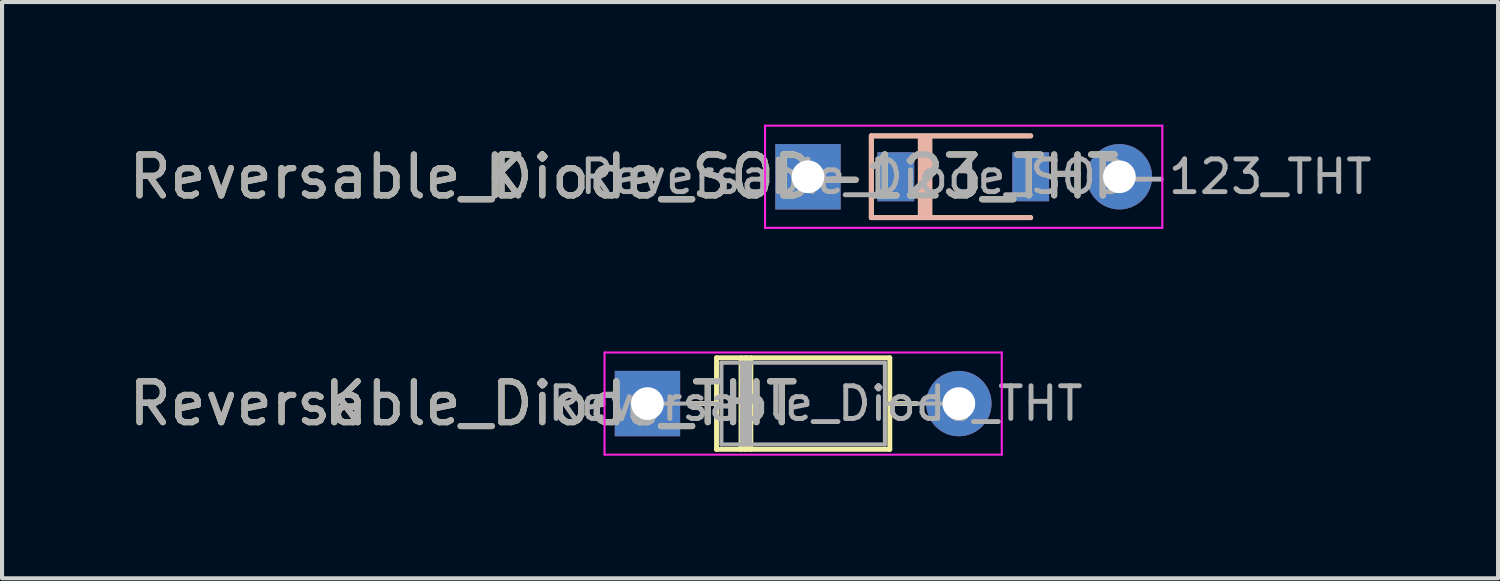
<source format=kicad_pcb>
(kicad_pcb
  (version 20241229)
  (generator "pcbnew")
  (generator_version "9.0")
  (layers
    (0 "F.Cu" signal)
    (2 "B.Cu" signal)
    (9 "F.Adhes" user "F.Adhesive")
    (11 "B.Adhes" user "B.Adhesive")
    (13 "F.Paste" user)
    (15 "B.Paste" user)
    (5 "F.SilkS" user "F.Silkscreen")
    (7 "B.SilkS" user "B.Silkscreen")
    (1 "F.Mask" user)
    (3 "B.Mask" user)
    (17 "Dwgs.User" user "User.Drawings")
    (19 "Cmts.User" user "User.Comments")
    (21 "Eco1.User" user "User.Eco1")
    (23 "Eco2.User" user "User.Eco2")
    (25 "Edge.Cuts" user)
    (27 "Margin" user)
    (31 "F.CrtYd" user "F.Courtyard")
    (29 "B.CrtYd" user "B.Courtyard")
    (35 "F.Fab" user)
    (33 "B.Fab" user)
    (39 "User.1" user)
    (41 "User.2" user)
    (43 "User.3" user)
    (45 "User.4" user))
  (footprint "Reversable_Diode_THT"
    (layer "F.Cu")
    (at 16.592 6.825)
    (property "Reference" "Reversable_Diode_THT" (at -8.3 0 0) (unlocked yes) (layer "F.SilkS") (effects (font (size 1 1) (thickness 0.15))))
    (fp_line (start -2.76 0) (end -2.11 0) (stroke (width 0.12) (type solid)) (layer "F.SilkS"))
    (fp_line (start -2.11 -1.12) (end -2.11 1.12) (stroke (width 0.12) (type solid)) (layer "F.SilkS"))
    (fp_line (start -2.11 1.12) (end 2.13 1.12) (stroke (width 0.12) (type solid)) (layer "F.SilkS"))
    (fp_line (start -1.51 -1.12) (end -1.51 1.12) (stroke (width 0.12) (type solid)) (layer "F.SilkS"))
    (fp_line (start -1.39 -1.12) (end -1.39 1.12) (stroke (width 0.12) (type solid)) (layer "F.SilkS"))
    (fp_line (start -1.27 -1.12) (end -1.27 1.12) (stroke (width 0.12) (type solid)) (layer "F.SilkS"))
    (fp_line (start 2.13 -1.12) (end -2.11 -1.12) (stroke (width 0.12) (type solid)) (layer "F.SilkS"))
    (fp_line (start 2.13 1.12) (end 2.13 -1.12) (stroke (width 0.12) (type solid)) (layer "F.SilkS"))
    (fp_line (start 2.78 0) (end 2.13 0) (stroke (width 0.12) (type solid)) (layer "F.SilkS"))
    (fp_line (start -4.85 -1.25) (end -4.85 1.25) (stroke (width 0.05) (type solid)) (layer "F.CrtYd"))
    (fp_line (start -4.85 1.25) (end 4.87 1.25) (stroke (width 0.05) (type solid)) (layer "F.CrtYd"))
    (fp_line (start 4.87 -1.25) (end -4.85 -1.25) (stroke (width 0.05) (type solid)) (layer "F.CrtYd"))
    (fp_line (start 4.87 1.25) (end 4.87 -1.25) (stroke (width 0.05) (type solid)) (layer "F.CrtYd"))
    (fp_line (start -3.8 0) (end -1.99 0) (stroke (width 0.1) (type solid)) (layer "F.Fab"))
    (fp_line (start -1.99 -1) (end -1.99 1) (stroke (width 0.1) (type solid)) (layer "F.Fab"))
    (fp_line (start -1.99 1) (end 2.01 1) (stroke (width 0.1) (type solid)) (layer "F.Fab"))
    (fp_line (start -1.49 -1) (end -1.49 1) (stroke (width 0.1) (type solid)) (layer "F.Fab"))
    (fp_line (start -1.39 -1) (end -1.39 1) (stroke (width 0.1) (type solid)) (layer "F.Fab"))
    (fp_line (start -1.29 -1) (end -1.29 1) (stroke (width 0.1) (type solid)) (layer "F.Fab"))
    (fp_line (start 2.01 -1) (end -1.99 -1) (stroke (width 0.1) (type solid)) (layer "F.Fab"))
    (fp_line (start 2.01 1) (end 2.01 -1) (stroke (width 0.1) (type solid)) (layer "F.Fab"))
    (fp_line (start 3.82 0) (end 2.01 0) (stroke (width 0.1) (type solid)) (layer "F.Fab"))
    (fp_text user "K" (at -11.2 0 0) (layer "F.SilkS") (effects (font (size 1 1) (thickness 0.15))))
    (fp_text user "K" (at -11.2 0 0) (layer "F.Fab") (effects (font (size 1 1) (thickness 0.15))))
    (fp_text user "${REFERENCE}" (at 0.31 0 0) (layer "F.Fab") (effects (font (size 0.8 0.8) (thickness 0.12))))
    (fp_text user "${REFERENCE}" (at -8.3 0 0) (unlocked yes) (layer "F.Fab") (effects (font (size 1 1) (thickness 0.15))))
    (pad "1" thru_hole rect (at -3.8 0) (size 1.6 1.6) (drill 0.8) (layers "*.Cu" "*.Mask"))
    (pad "2" thru_hole oval (at 3.82 0) (size 1.6 1.6) (drill 0.8) (layers "*.Cu" "*.Mask")))
  (footprint "Reversable_Diode_SOD-123_THT"
    (layer "F.Cu")
    (at 20.52 1.275)
    (property "Reference" "Reversable_Diode_SOD-123_THT" (at -8.3 0 0) (unlocked yes) (layer "F.SilkS") (effects (font (size 1 1) (thickness 0.15))))
    (fp_line (start -2.25 -1) (end -2.25 1) (stroke (width 0.12) (type solid)) (layer "F.SilkS"))
    (fp_line (start -2.25 -1) (end 1.65 -1) (stroke (width 0.12) (type solid)) (layer "F.SilkS"))
    (fp_line (start -2.25 1) (end 1.65 1) (stroke (width 0.12) (type solid)) (layer "F.SilkS"))
    (fp_line (start -1.05 -0.95) (end -1.05 0.96) (stroke (width 0.12) (type solid)) (layer "F.SilkS"))
    (fp_line (start -0.94 0.96) (end -0.94 -0.95) (stroke (width 0.12) (type solid)) (layer "F.SilkS"))
    (fp_line (start -0.82 -0.96) (end -0.82 0.98) (stroke (width 0.12) (type solid)) (layer "F.SilkS"))
    (fp_line (start -2.25 -1) (end 1.65 -1) (stroke (width 0.12) (type solid)) (layer "B.SilkS"))
    (fp_line (start -2.25 1) (end -2.25 -1) (stroke (width 0.12) (type solid)) (layer "B.SilkS"))
    (fp_line (start -2.25 1) (end 1.65 1) (stroke (width 0.12) (type solid)) (layer "B.SilkS"))
    (fp_line (start -1.05 0.95) (end -1.05 -0.96) (stroke (width 0.12) (type solid)) (layer "B.SilkS"))
    (fp_line (start -0.94 -0.96) (end -0.94 0.95) (stroke (width 0.12) (type solid)) (layer "B.SilkS"))
    (fp_line (start -0.82 0.96) (end -0.82 -0.98) (stroke (width 0.12) (type solid)) (layer "B.SilkS"))
    (fp_line (start -4.85 -1.25) (end -4.85 1.25) (stroke (width 0.05) (type solid)) (layer "F.CrtYd"))
    (fp_line (start -4.85 1.25) (end 4.87 1.25) (stroke (width 0.05) (type solid)) (layer "F.CrtYd"))
    (fp_line (start 4.87 -1.25) (end -4.85 -1.25) (stroke (width 0.05) (type solid)) (layer "F.CrtYd"))
    (fp_line (start 4.87 1.25) (end 4.87 -1.25) (stroke (width 0.05) (type solid)) (layer "F.CrtYd"))
    (fp_text user "K" (at -11.2 0 0) (layer "F.SilkS") (effects (font (size 1 1) (thickness 0.15))))
    (fp_text user "K" (at -11.2 0 0) (layer "F.Fab") (effects (font (size 1 1) (thickness 0.15))))
    (fp_text user "${REFERENCE}" (at 0.31 0 0) (layer "F.Fab") (effects (font (size 0.8 0.8) (thickness 0.12))))
    (fp_text user "${REFERENCE}" (at -8.3 0 0) (unlocked yes) (layer "F.Fab") (effects (font (size 1 1) (thickness 0.15))))
    (pad "1" thru_hole rect (at -3.8 0) (size 1.6 1.6) (drill 0.8) (layers "*.Cu" "*.Mask"))
    (pad "1" smd rect (at -1.65 0) (size 0.9 1.2) (layers "F.Cu" "F.Mask" "F.Paste"))
    (pad "1" smd rect (at -1.65 0 180) (size 0.9 1.2) (layers "B.Cu" "B.Mask" "B.Paste"))
    (pad "2" smd rect (at 1.65 0) (size 0.9 1.2) (layers "F.Cu" "F.Mask" "F.Paste"))
    (pad "2" smd rect (at 1.65 0 180) (size 0.9 1.2) (layers "B.Cu" "B.Mask" "B.Paste"))
    (pad "2" thru_hole oval (at 3.82 0) (size 1.6 1.6) (drill 0.8) (layers "*.Cu" "*.Mask")))
  (gr_rect
    (start -3 -3)
    (end 33.606 11.1)
    (stroke (width 0.1) (type default))
    (fill no)
    (layer "Edge.Cuts")))
</source>
